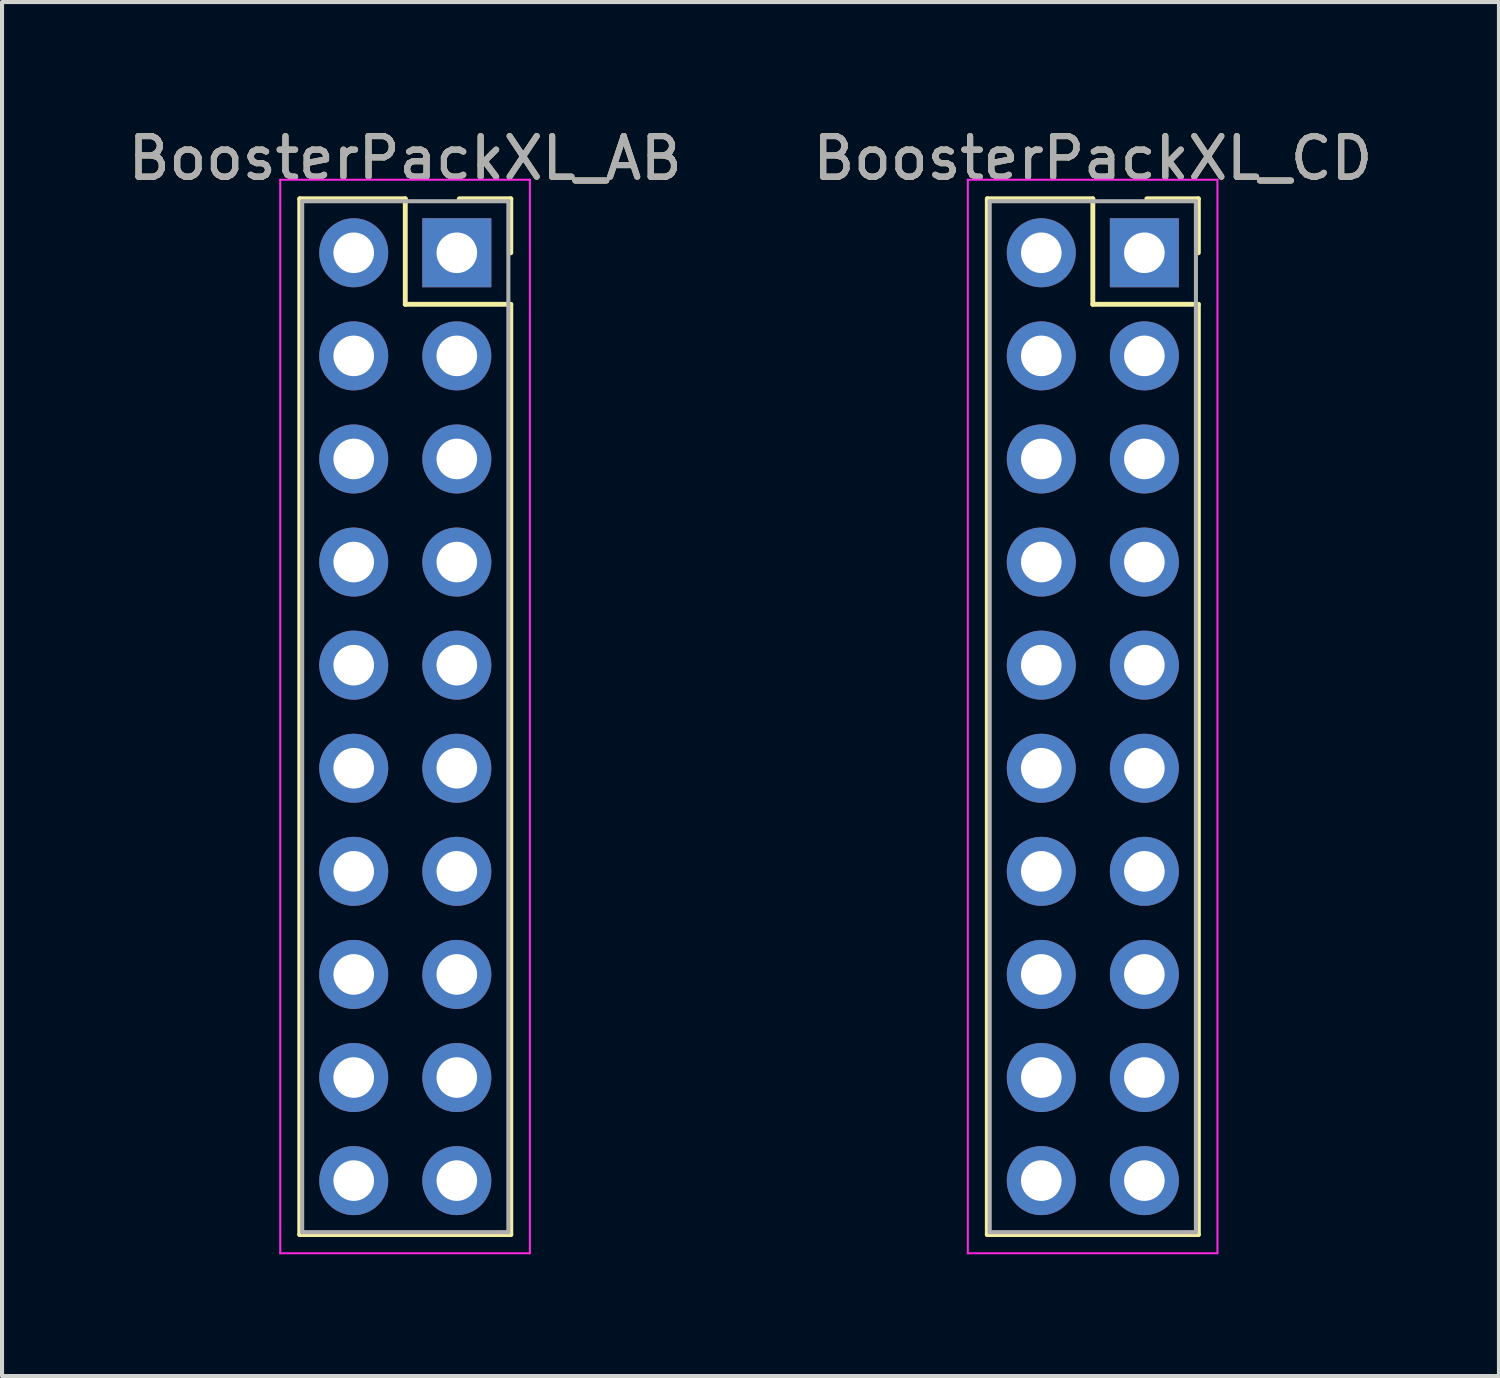
<source format=kicad_pcb>
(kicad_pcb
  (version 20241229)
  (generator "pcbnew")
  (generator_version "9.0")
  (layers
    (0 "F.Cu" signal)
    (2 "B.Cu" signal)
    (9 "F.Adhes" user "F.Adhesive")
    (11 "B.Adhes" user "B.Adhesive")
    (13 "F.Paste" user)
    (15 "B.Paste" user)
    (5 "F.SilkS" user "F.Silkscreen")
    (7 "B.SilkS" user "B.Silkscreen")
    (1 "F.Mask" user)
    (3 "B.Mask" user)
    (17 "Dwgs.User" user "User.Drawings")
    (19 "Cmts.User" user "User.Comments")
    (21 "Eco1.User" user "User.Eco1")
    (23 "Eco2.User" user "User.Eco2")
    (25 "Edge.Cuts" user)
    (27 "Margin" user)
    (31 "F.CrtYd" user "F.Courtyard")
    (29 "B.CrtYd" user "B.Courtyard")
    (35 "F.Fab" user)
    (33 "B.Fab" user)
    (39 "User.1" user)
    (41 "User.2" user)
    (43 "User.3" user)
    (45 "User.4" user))
  (footprint "BoosterPackXL_AB"
    (layer "F.Cu")
    (at 8.205 3.178)
    (property "Reference" "BoosterPackXL_AB" (at -1.27 -2.33 0) (layer "F.SilkS") (effects (font (size 1 1) (thickness 0.15))))
    (attr through_hole)
    (fp_line (start -3.87 -1.33) (end -1.27 -1.33) (stroke (width 0.12) (type solid)) (layer "F.SilkS"))
    (fp_line (start -3.87 24.19) (end -3.87 -1.33) (stroke (width 0.12) (type solid)) (layer "F.SilkS"))
    (fp_line (start -1.27 -1.33) (end -1.27 1.27) (stroke (width 0.12) (type solid)) (layer "F.SilkS"))
    (fp_line (start -1.27 1.27) (end 1.33 1.27) (stroke (width 0.12) (type solid)) (layer "F.SilkS"))
    (fp_line (start 1.33 -1.33) (end 0.06 -1.33) (stroke (width 0.12) (type solid)) (layer "F.SilkS"))
    (fp_line (start 1.33 0) (end 1.33 -1.33) (stroke (width 0.12) (type solid)) (layer "F.SilkS"))
    (fp_line (start 1.33 1.27) (end 1.33 24.19) (stroke (width 0.12) (type solid)) (layer "F.SilkS"))
    (fp_line (start 1.33 24.19) (end -3.87 24.19) (stroke (width 0.12) (type solid)) (layer "F.SilkS"))
    (fp_line (start -4.35 -1.8) (end -4.35 24.65) (stroke (width 0.05) (type solid)) (layer "F.CrtYd"))
    (fp_line (start -4.35 24.65) (end 1.8 24.65) (stroke (width 0.05) (type solid)) (layer "F.CrtYd"))
    (fp_line (start 1.8 -1.8) (end -4.35 -1.8) (stroke (width 0.05) (type solid)) (layer "F.CrtYd"))
    (fp_line (start 1.8 24.65) (end 1.8 -1.8) (stroke (width 0.05) (type solid)) (layer "F.CrtYd"))
    (fp_line (start -3.81 -1.27) (end -3.81 24.13) (stroke (width 0.1) (type solid)) (layer "F.Fab"))
    (fp_line (start -3.81 24.13) (end 1.27 24.13) (stroke (width 0.1) (type solid)) (layer "F.Fab"))
    (fp_line (start 1.27 -1.27) (end -3.81 -1.27) (stroke (width 0.1) (type solid)) (layer "F.Fab"))
    (fp_line (start 1.27 24.13) (end 1.27 -1.27) (stroke (width 0.1) (type solid)) (layer "F.Fab"))
    (fp_text user "${REFERENCE}" (at -1.27 -2.33 0) (layer "F.Fab") (effects (font (size 1 1) (thickness 0.15))))
    (pad "A1" thru_hole rect (at 0 0) (size 1.7 1.7) (drill 1) (layers "*.Cu" "*.Mask"))
    (pad "A2" thru_hole oval (at 0 2.54) (size 1.7 1.7) (drill 1) (layers "*.Cu" "*.Mask"))
    (pad "A3" thru_hole oval (at 0 5.08) (size 1.7 1.7) (drill 1) (layers "*.Cu" "*.Mask"))
    (pad "A4" thru_hole oval (at 0 7.62) (size 1.7 1.7) (drill 1) (layers "*.Cu" "*.Mask"))
    (pad "A5" thru_hole oval (at 0 10.16) (size 1.7 1.7) (drill 1) (layers "*.Cu" "*.Mask"))
    (pad "A6" thru_hole oval (at 0 12.7) (size 1.7 1.7) (drill 1) (layers "*.Cu" "*.Mask"))
    (pad "A7" thru_hole oval (at 0 15.24) (size 1.7 1.7) (drill 1) (layers "*.Cu" "*.Mask"))
    (pad "A8" thru_hole oval (at 0 17.78) (size 1.7 1.7) (drill 1) (layers "*.Cu" "*.Mask"))
    (pad "A9" thru_hole oval (at 0 20.32) (size 1.7 1.7) (drill 1) (layers "*.Cu" "*.Mask"))
    (pad "A10" thru_hole oval (at 0 22.86) (size 1.7 1.7) (drill 1) (layers "*.Cu" "*.Mask"))
    (pad "B1" thru_hole oval (at -2.54 0) (size 1.7 1.7) (drill 1) (layers "*.Cu" "*.Mask"))
    (pad "B2" thru_hole oval (at -2.54 2.54) (size 1.7 1.7) (drill 1) (layers "*.Cu" "*.Mask"))
    (pad "B3" thru_hole oval (at -2.54 5.08) (size 1.7 1.7) (drill 1) (layers "*.Cu" "*.Mask"))
    (pad "B4" thru_hole oval (at -2.54 7.62) (size 1.7 1.7) (drill 1) (layers "*.Cu" "*.Mask"))
    (pad "B5" thru_hole oval (at -2.54 10.16) (size 1.7 1.7) (drill 1) (layers "*.Cu" "*.Mask"))
    (pad "B6" thru_hole oval (at -2.54 12.7) (size 1.7 1.7) (drill 1) (layers "*.Cu" "*.Mask"))
    (pad "B7" thru_hole oval (at -2.54 15.24) (size 1.7 1.7) (drill 1) (layers "*.Cu" "*.Mask"))
    (pad "B8" thru_hole oval (at -2.54 17.78) (size 1.7 1.7) (drill 1) (layers "*.Cu" "*.Mask"))
    (pad "B9" thru_hole oval (at -2.54 20.32) (size 1.7 1.7) (drill 1) (layers "*.Cu" "*.Mask"))
    (pad "B10" thru_hole oval (at -2.54 22.86) (size 1.7 1.7) (drill 1) (layers "*.Cu" "*.Mask")))
  (footprint "BoosterPackXL_CD"
    (layer "F.Cu")
    (at 25.145 3.178)
    (property "Reference" "BoosterPackXL_CD" (at -1.27 -2.33 0) (layer "F.SilkS") (effects (font (size 1 1) (thickness 0.15))))
    (attr through_hole)
    (fp_line (start -3.87 -1.33) (end -1.27 -1.33) (stroke (width 0.12) (type solid)) (layer "F.SilkS"))
    (fp_line (start -3.87 24.19) (end -3.87 -1.33) (stroke (width 0.12) (type solid)) (layer "F.SilkS"))
    (fp_line (start -1.27 -1.33) (end -1.27 1.27) (stroke (width 0.12) (type solid)) (layer "F.SilkS"))
    (fp_line (start -1.27 1.27) (end 1.33 1.27) (stroke (width 0.12) (type solid)) (layer "F.SilkS"))
    (fp_line (start 1.33 -1.33) (end 0.06 -1.33) (stroke (width 0.12) (type solid)) (layer "F.SilkS"))
    (fp_line (start 1.33 0) (end 1.33 -1.33) (stroke (width 0.12) (type solid)) (layer "F.SilkS"))
    (fp_line (start 1.33 1.27) (end 1.33 24.19) (stroke (width 0.12) (type solid)) (layer "F.SilkS"))
    (fp_line (start 1.33 24.19) (end -3.87 24.19) (stroke (width 0.12) (type solid)) (layer "F.SilkS"))
    (fp_line (start -4.35 -1.8) (end -4.35 24.65) (stroke (width 0.05) (type solid)) (layer "F.CrtYd"))
    (fp_line (start -4.35 24.65) (end 1.8 24.65) (stroke (width 0.05) (type solid)) (layer "F.CrtYd"))
    (fp_line (start 1.8 -1.8) (end -4.35 -1.8) (stroke (width 0.05) (type solid)) (layer "F.CrtYd"))
    (fp_line (start 1.8 24.65) (end 1.8 -1.8) (stroke (width 0.05) (type solid)) (layer "F.CrtYd"))
    (fp_line (start -3.81 -1.27) (end -3.81 24.13) (stroke (width 0.1) (type solid)) (layer "F.Fab"))
    (fp_line (start -3.81 24.13) (end 1.27 24.13) (stroke (width 0.1) (type solid)) (layer "F.Fab"))
    (fp_line (start 1.27 -1.27) (end -3.81 -1.27) (stroke (width 0.1) (type solid)) (layer "F.Fab"))
    (fp_line (start 1.27 24.13) (end 1.27 -1.27) (stroke (width 0.1) (type solid)) (layer "F.Fab"))
    (fp_text user "${REFERENCE}" (at -1.27 -2.33 0) (layer "F.Fab") (effects (font (size 1 1) (thickness 0.15))))
    (pad "C1" thru_hole rect (at 0 0) (size 1.7 1.7) (drill 1) (layers "*.Cu" "*.Mask"))
    (pad "C2" thru_hole oval (at 0 2.54) (size 1.7 1.7) (drill 1) (layers "*.Cu" "*.Mask"))
    (pad "C3" thru_hole oval (at 0 5.08) (size 1.7 1.7) (drill 1) (layers "*.Cu" "*.Mask"))
    (pad "C4" thru_hole oval (at 0 7.62) (size 1.7 1.7) (drill 1) (layers "*.Cu" "*.Mask"))
    (pad "C5" thru_hole oval (at 0 10.16) (size 1.7 1.7) (drill 1) (layers "*.Cu" "*.Mask"))
    (pad "C6" thru_hole oval (at 0 12.7) (size 1.7 1.7) (drill 1) (layers "*.Cu" "*.Mask"))
    (pad "C7" thru_hole oval (at 0 15.24) (size 1.7 1.7) (drill 1) (layers "*.Cu" "*.Mask"))
    (pad "C8" thru_hole oval (at 0 17.78) (size 1.7 1.7) (drill 1) (layers "*.Cu" "*.Mask"))
    (pad "C9" thru_hole oval (at 0 20.32) (size 1.7 1.7) (drill 1) (layers "*.Cu" "*.Mask"))
    (pad "C10" thru_hole oval (at 0 22.86) (size 1.7 1.7) (drill 1) (layers "*.Cu" "*.Mask"))
    (pad "D1" thru_hole oval (at -2.54 0) (size 1.7 1.7) (drill 1) (layers "*.Cu" "*.Mask"))
    (pad "D2" thru_hole oval (at -2.54 2.54) (size 1.7 1.7) (drill 1) (layers "*.Cu" "*.Mask"))
    (pad "D3" thru_hole oval (at -2.54 5.08) (size 1.7 1.7) (drill 1) (layers "*.Cu" "*.Mask"))
    (pad "D4" thru_hole oval (at -2.54 7.62) (size 1.7 1.7) (drill 1) (layers "*.Cu" "*.Mask"))
    (pad "D5" thru_hole oval (at -2.54 10.16) (size 1.7 1.7) (drill 1) (layers "*.Cu" "*.Mask"))
    (pad "D6" thru_hole oval (at -2.54 12.7) (size 1.7 1.7) (drill 1) (layers "*.Cu" "*.Mask"))
    (pad "D7" thru_hole oval (at -2.54 15.24) (size 1.7 1.7) (drill 1) (layers "*.Cu" "*.Mask"))
    (pad "D8" thru_hole oval (at -2.54 17.78) (size 1.7 1.7) (drill 1) (layers "*.Cu" "*.Mask"))
    (pad "D9" thru_hole oval (at -2.54 20.32) (size 1.7 1.7) (drill 1) (layers "*.Cu" "*.Mask"))
    (pad "D10" thru_hole oval (at -2.54 22.86) (size 1.7 1.7) (drill 1) (layers "*.Cu" "*.Mask")))
  (gr_rect
    (start -3 -3)
    (end 33.881 30.853)
    (stroke (width 0.1) (type default))
    (fill no)
    (layer "Edge.Cuts")))
</source>
